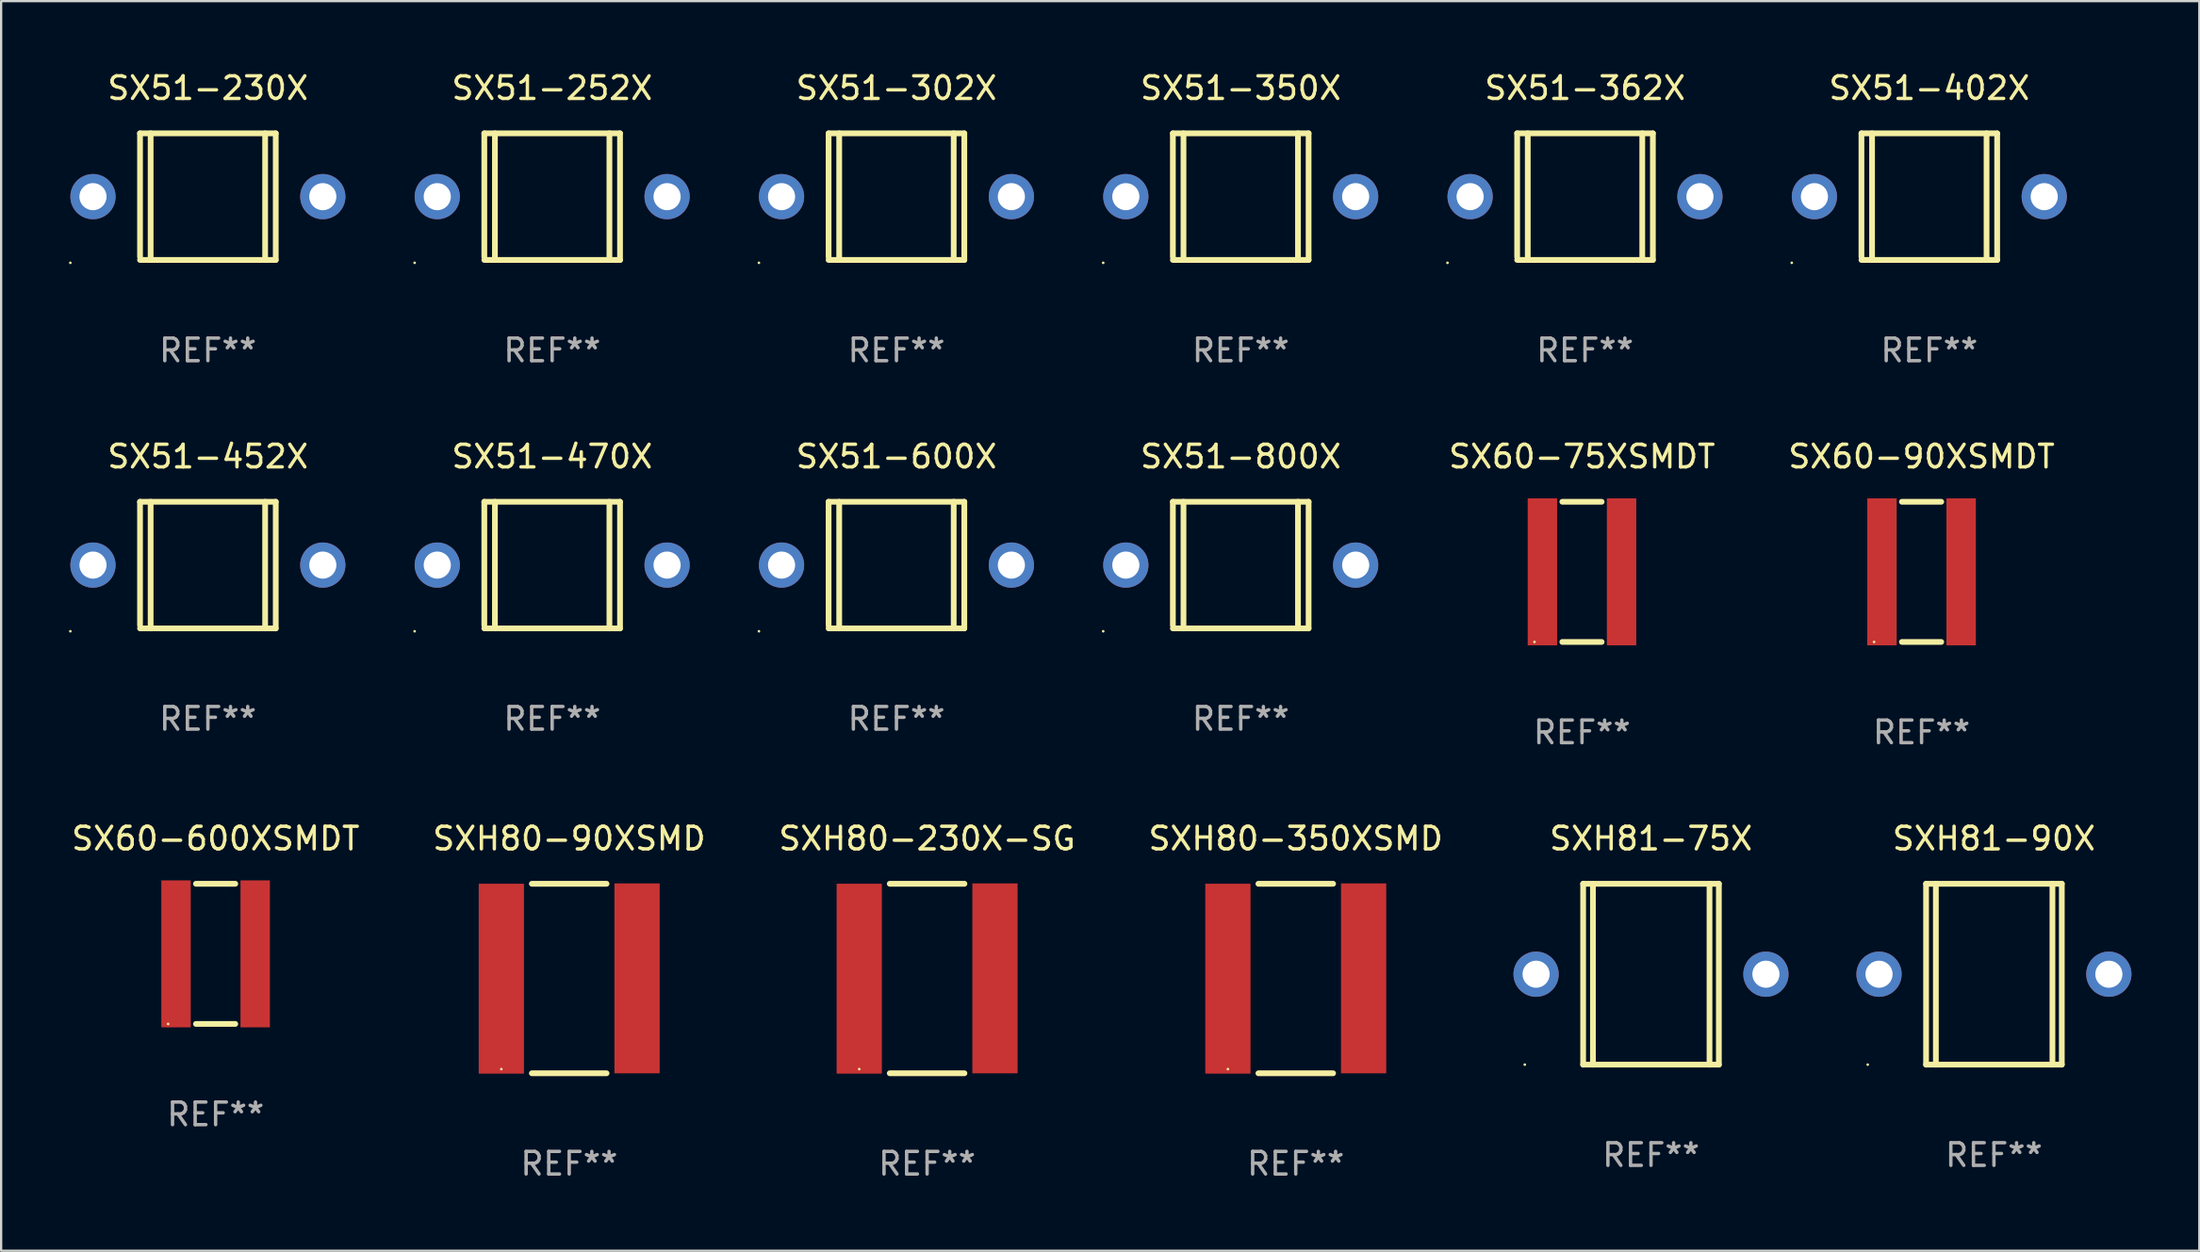
<source format=kicad_pcb>
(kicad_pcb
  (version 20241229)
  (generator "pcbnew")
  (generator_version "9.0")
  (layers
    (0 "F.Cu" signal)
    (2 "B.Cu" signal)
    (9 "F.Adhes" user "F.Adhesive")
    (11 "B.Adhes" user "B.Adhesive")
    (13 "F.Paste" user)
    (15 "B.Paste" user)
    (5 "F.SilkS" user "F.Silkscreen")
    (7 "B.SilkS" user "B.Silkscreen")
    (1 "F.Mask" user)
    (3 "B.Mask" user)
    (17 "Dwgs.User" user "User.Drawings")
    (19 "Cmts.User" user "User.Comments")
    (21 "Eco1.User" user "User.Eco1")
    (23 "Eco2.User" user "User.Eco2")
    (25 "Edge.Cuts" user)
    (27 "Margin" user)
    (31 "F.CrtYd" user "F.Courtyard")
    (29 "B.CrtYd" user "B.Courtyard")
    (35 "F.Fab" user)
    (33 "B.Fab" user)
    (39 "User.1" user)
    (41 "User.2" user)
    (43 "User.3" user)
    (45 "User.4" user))
  (footprint "SX51-350X"
    (layer "F.Cu")
    (at 51.8 5.648)
    (property "Reference" "SX51-350X" (at 0 -4.8 0) (layer "F.SilkS") (effects (font (size 1 1) (thickness 0.15))))
    (attr through_hole)
    (fp_line (start -3 -2.8) (end -3 2.667) (stroke (width 0.254) (type solid)) (layer "F.SilkS"))
    (fp_line (start -3 -2.8) (end 3 -2.8) (stroke (width 0.254) (type solid)) (layer "F.SilkS"))
    (fp_line (start -3 2.8) (end 3 2.8) (stroke (width 0.254) (type solid)) (layer "F.SilkS"))
    (fp_line (start -2.531 -2.8) (end -2.531 2.8) (stroke (width 0.254) (type solid)) (layer "F.SilkS"))
    (fp_line (start 2.531 -2.8) (end 2.531 2.8) (stroke (width 0.254) (type solid)) (layer "F.SilkS"))
    (fp_line (start 3 -2.8) (end 3 2.8) (stroke (width 0.254) (type solid)) (layer "F.SilkS"))
    (fp_circle (center -6.08 2.927) (end -6.05 2.927) (stroke (width 0.06) (type solid)) (fill no) (layer "F.SilkS"))
    (fp_text user "REF**" (at 0 6.8 0) (layer "F.Fab") (effects (font (size 1 1) (thickness 0.15))))
    (pad "1" thru_hole circle (at -5.08 0) (size 2 2) (drill 1.2) (layers "*.Cu" "*.Mask"))
    (pad "2" thru_hole circle (at 5.08 0) (size 2 2) (drill 1.2) (layers "*.Cu" "*.Mask")))
  (footprint "SX51-600X"
    (layer "F.Cu")
    (at 36.58 21.945)
    (property "Reference" "SX51-600X" (at 0 -4.8 0) (layer "F.SilkS") (effects (font (size 1 1) (thickness 0.15))))
    (attr through_hole)
    (fp_line (start -3 -2.8) (end -3 2.667) (stroke (width 0.254) (type solid)) (layer "F.SilkS"))
    (fp_line (start -3 -2.8) (end 3 -2.8) (stroke (width 0.254) (type solid)) (layer "F.SilkS"))
    (fp_line (start -3 2.8) (end 3 2.8) (stroke (width 0.254) (type solid)) (layer "F.SilkS"))
    (fp_line (start -2.531 -2.8) (end -2.531 2.8) (stroke (width 0.254) (type solid)) (layer "F.SilkS"))
    (fp_line (start 2.531 -2.8) (end 2.531 2.8) (stroke (width 0.254) (type solid)) (layer "F.SilkS"))
    (fp_line (start 3 -2.8) (end 3 2.8) (stroke (width 0.254) (type solid)) (layer "F.SilkS"))
    (fp_circle (center -6.08 2.927) (end -6.05 2.927) (stroke (width 0.06) (type solid)) (fill no) (layer "F.SilkS"))
    (fp_text user "REF**" (at 0 6.8 0) (layer "F.Fab") (effects (font (size 1 1) (thickness 0.15))))
    (pad "1" thru_hole circle (at -5.08 0) (size 2 2) (drill 1.2) (layers "*.Cu" "*.Mask"))
    (pad "2" thru_hole circle (at 5.08 0) (size 2 2) (drill 1.2) (layers "*.Cu" "*.Mask")))
  (footprint "SXH81-75X"
    (layer "F.Cu")
    (at 69.937 40.041)
    (property "Reference" "SXH81-75X" (at 0 -6 0) (layer "F.SilkS") (effects (font (size 1 1) (thickness 0.15))))
    (attr through_hole)
    (fp_line (start -3 -4) (end -3 4) (stroke (width 0.254) (type solid)) (layer "F.SilkS"))
    (fp_line (start -3 -4) (end 3 -4) (stroke (width 0.254) (type solid)) (layer "F.SilkS"))
    (fp_line (start -3 4) (end 3 4) (stroke (width 0.254) (type solid)) (layer "F.SilkS"))
    (fp_line (start -2.567 -4) (end -2.567 4) (stroke (width 0.254) (type solid)) (layer "F.SilkS"))
    (fp_line (start 2.586 -4) (end 2.586 4) (stroke (width 0.254) (type solid)) (layer "F.SilkS"))
    (fp_line (start 3 -4) (end 3 4) (stroke (width 0.254) (type solid)) (layer "F.SilkS"))
    (fp_circle (center -5.58 4) (end -5.55 4) (stroke (width 0.06) (type solid)) (fill no) (layer "F.SilkS"))
    (fp_text user "REF**" (at 0 8 0) (layer "F.Fab") (effects (font (size 1 1) (thickness 0.15))))
    (pad "1" thru_hole circle (at -5.08 0) (size 2 2) (drill 1.2) (layers "*.Cu" "*.Mask"))
    (pad "2" thru_hole circle (at 5.08 0) (size 2 2) (drill 1.2) (layers "*.Cu" "*.Mask")))
  (footprint "SX60-600XSMDT"
    (layer "F.Cu")
    (at 6.482 39.141)
    (property "Reference" "SX60-600XSMDT" (at 0 -5.1 0) (layer "F.SilkS") (effects (font (size 1 1) (thickness 0.15))))
    (attr through_hole)
    (fp_line (start -0.869 -3.1) (end 0.869 -3.1) (stroke (width 0.254) (type solid)) (layer "F.SilkS"))
    (fp_line (start -0.869 3.1) (end 0.869 3.1) (stroke (width 0.254) (type solid)) (layer "F.SilkS"))
    (fp_circle (center -2.1 3.1) (end -2.07 3.1) (stroke (width 0.06) (type solid)) (fill no) (layer "F.SilkS"))
    (fp_text user "REF**" (at 0 7.1 0) (layer "F.Fab") (effects (font (size 1 1) (thickness 0.15))))
    (pad "1" smd rect (at -1.75 -0.000013) (size 1.3 6.5) (layers "F.Cu" "F.Mask" "F.Paste"))
    (pad "2" smd rect (at 1.75 -0.000013) (size 1.3 6.5) (layers "F.Cu" "F.Mask" "F.Paste")))
  (footprint "SX60-90XSMDT"
    (layer "F.Cu")
    (at 81.898 22.245)
    (property "Reference" "SX60-90XSMDT" (at 0 -5.1 0) (layer "F.SilkS") (effects (font (size 1 1) (thickness 0.15))))
    (attr through_hole)
    (fp_line (start -0.869 -3.1) (end 0.869 -3.1) (stroke (width 0.254) (type solid)) (layer "F.SilkS"))
    (fp_line (start -0.869 3.1) (end 0.869 3.1) (stroke (width 0.254) (type solid)) (layer "F.SilkS"))
    (fp_circle (center -2.1 3.1) (end -2.07 3.1) (stroke (width 0.06) (type solid)) (fill no) (layer "F.SilkS"))
    (fp_text user "REF**" (at 0 7.1 0) (layer "F.Fab") (effects (font (size 1 1) (thickness 0.15))))
    (pad "1" smd rect (at -1.75 -0.000013) (size 1.3 6.5) (layers "F.Cu" "F.Mask" "F.Paste"))
    (pad "2" smd rect (at 1.75 -0.000013) (size 1.3 6.5) (layers "F.Cu" "F.Mask" "F.Paste")))
  (footprint "SX51-800X"
    (layer "F.Cu")
    (at 51.8 21.945)
    (property "Reference" "SX51-800X" (at 0 -4.8 0) (layer "F.SilkS") (effects (font (size 1 1) (thickness 0.15))))
    (attr through_hole)
    (fp_line (start -3 -2.8) (end -3 2.667) (stroke (width 0.254) (type solid)) (layer "F.SilkS"))
    (fp_line (start -3 -2.8) (end 3 -2.8) (stroke (width 0.254) (type solid)) (layer "F.SilkS"))
    (fp_line (start -3 2.8) (end 3 2.8) (stroke (width 0.254) (type solid)) (layer "F.SilkS"))
    (fp_line (start -2.531 -2.8) (end -2.531 2.8) (stroke (width 0.254) (type solid)) (layer "F.SilkS"))
    (fp_line (start 2.531 -2.8) (end 2.531 2.8) (stroke (width 0.254) (type solid)) (layer "F.SilkS"))
    (fp_line (start 3 -2.8) (end 3 2.8) (stroke (width 0.254) (type solid)) (layer "F.SilkS"))
    (fp_circle (center -6.08 2.927) (end -6.05 2.927) (stroke (width 0.06) (type solid)) (fill no) (layer "F.SilkS"))
    (fp_text user "REF**" (at 0 6.8 0) (layer "F.Fab") (effects (font (size 1 1) (thickness 0.15))))
    (pad "1" thru_hole circle (at -5.08 0) (size 2 2) (drill 1.2) (layers "*.Cu" "*.Mask"))
    (pad "2" thru_hole circle (at 5.08 0) (size 2 2) (drill 1.2) (layers "*.Cu" "*.Mask")))
  (footprint "SX51-252X"
    (layer "F.Cu")
    (at 21.36 5.648)
    (property "Reference" "SX51-252X" (at 0 -4.8 0) (layer "F.SilkS") (effects (font (size 1 1) (thickness 0.15))))
    (attr through_hole)
    (fp_line (start -3 -2.8) (end -3 2.667) (stroke (width 0.254) (type solid)) (layer "F.SilkS"))
    (fp_line (start -3 -2.8) (end 3 -2.8) (stroke (width 0.254) (type solid)) (layer "F.SilkS"))
    (fp_line (start -3 2.8) (end 3 2.8) (stroke (width 0.254) (type solid)) (layer "F.SilkS"))
    (fp_line (start -2.531 -2.8) (end -2.531 2.8) (stroke (width 0.254) (type solid)) (layer "F.SilkS"))
    (fp_line (start 2.531 -2.8) (end 2.531 2.8) (stroke (width 0.254) (type solid)) (layer "F.SilkS"))
    (fp_line (start 3 -2.8) (end 3 2.8) (stroke (width 0.254) (type solid)) (layer "F.SilkS"))
    (fp_circle (center -6.08 2.927) (end -6.05 2.927) (stroke (width 0.06) (type solid)) (fill no) (layer "F.SilkS"))
    (fp_text user "REF**" (at 0 6.8 0) (layer "F.Fab") (effects (font (size 1 1) (thickness 0.15))))
    (pad "1" thru_hole circle (at -5.08 0) (size 2 2) (drill 1.2) (layers "*.Cu" "*.Mask"))
    (pad "2" thru_hole circle (at 5.08 0) (size 2 2) (drill 1.2) (layers "*.Cu" "*.Mask")))
  (footprint "SX51-402X"
    (layer "F.Cu")
    (at 82.24 5.648)
    (property "Reference" "SX51-402X" (at 0 -4.8 0) (layer "F.SilkS") (effects (font (size 1 1) (thickness 0.15))))
    (attr through_hole)
    (fp_line (start -3 -2.8) (end -3 2.667) (stroke (width 0.254) (type solid)) (layer "F.SilkS"))
    (fp_line (start -3 -2.8) (end 3 -2.8) (stroke (width 0.254) (type solid)) (layer "F.SilkS"))
    (fp_line (start -3 2.8) (end 3 2.8) (stroke (width 0.254) (type solid)) (layer "F.SilkS"))
    (fp_line (start -2.531 -2.8) (end -2.531 2.8) (stroke (width 0.254) (type solid)) (layer "F.SilkS"))
    (fp_line (start 2.531 -2.8) (end 2.531 2.8) (stroke (width 0.254) (type solid)) (layer "F.SilkS"))
    (fp_line (start 3 -2.8) (end 3 2.8) (stroke (width 0.254) (type solid)) (layer "F.SilkS"))
    (fp_circle (center -6.08 2.927) (end -6.05 2.927) (stroke (width 0.06) (type solid)) (fill no) (layer "F.SilkS"))
    (fp_text user "REF**" (at 0 6.8 0) (layer "F.Fab") (effects (font (size 1 1) (thickness 0.15))))
    (pad "1" thru_hole circle (at -5.08 0) (size 2 2) (drill 1.2) (layers "*.Cu" "*.Mask"))
    (pad "2" thru_hole circle (at 5.08 0) (size 2 2) (drill 1.2) (layers "*.Cu" "*.Mask")))
  (footprint "SXH80-350XSMD"
    (layer "F.Cu")
    (at 54.232 40.232)
    (property "Reference" "SXH80-350XSMD" (at 0 -6.191 0) (layer "F.SilkS") (effects (font (size 1 1) (thickness 0.15))))
    (attr through_hole)
    (fp_line (start -1.651 -4.191) (end 1.651 -4.191) (stroke (width 0.254) (type solid)) (layer "F.SilkS"))
    (fp_line (start 1.651 4.191) (end -1.651 4.191) (stroke (width 0.254) (type solid)) (layer "F.SilkS"))
    (fp_circle (center -3 4.007) (end -2.97 4.007) (stroke (width 0.06) (type solid)) (fill no) (layer "F.SilkS"))
    (fp_text user "REF**" (at 0 8.191 0) (layer "F.Fab") (effects (font (size 1 1) (thickness 0.15))))
    (pad "1" smd rect (at -3 0.007) (size 2 8.4) (layers "F.Cu" "F.Mask" "F.Paste"))
    (pad "2" smd rect (at 3 -0.007) (size 2 8.4) (layers "F.Cu" "F.Mask" "F.Paste")))
  (footprint "SXH81-90X"
    (layer "F.Cu")
    (at 85.097 40.041)
    (property "Reference" "SXH81-90X" (at 0 -6 0) (layer "F.SilkS") (effects (font (size 1 1) (thickness 0.15))))
    (attr through_hole)
    (fp_line (start -3 -4) (end -3 4) (stroke (width 0.254) (type solid)) (layer "F.SilkS"))
    (fp_line (start -3 -4) (end 3 -4) (stroke (width 0.254) (type solid)) (layer "F.SilkS"))
    (fp_line (start -3 4) (end 3 4) (stroke (width 0.254) (type solid)) (layer "F.SilkS"))
    (fp_line (start -2.567 -4) (end -2.567 4) (stroke (width 0.254) (type solid)) (layer "F.SilkS"))
    (fp_line (start 2.586 -4) (end 2.586 4) (stroke (width 0.254) (type solid)) (layer "F.SilkS"))
    (fp_line (start 3 -4) (end 3 4) (stroke (width 0.254) (type solid)) (layer "F.SilkS"))
    (fp_circle (center -5.58 4) (end -5.55 4) (stroke (width 0.06) (type solid)) (fill no) (layer "F.SilkS"))
    (fp_text user "REF**" (at 0 8 0) (layer "F.Fab") (effects (font (size 1 1) (thickness 0.15))))
    (pad "1" thru_hole circle (at -5.08 0) (size 2 2) (drill 1.2) (layers "*.Cu" "*.Mask"))
    (pad "2" thru_hole circle (at 5.08 0) (size 2 2) (drill 1.2) (layers "*.Cu" "*.Mask")))
  (footprint "SXH80-90XSMD"
    (layer "F.Cu")
    (at 22.113 40.232)
    (property "Reference" "SXH80-90XSMD" (at 0 -6.191 0) (layer "F.SilkS") (effects (font (size 1 1) (thickness 0.15))))
    (attr through_hole)
    (fp_line (start -1.651 -4.191) (end 1.651 -4.191) (stroke (width 0.254) (type solid)) (layer "F.SilkS"))
    (fp_line (start 1.651 4.191) (end -1.651 4.191) (stroke (width 0.254) (type solid)) (layer "F.SilkS"))
    (fp_circle (center -3 4.007) (end -2.97 4.007) (stroke (width 0.06) (type solid)) (fill no) (layer "F.SilkS"))
    (fp_text user "REF**" (at 0 8.191 0) (layer "F.Fab") (effects (font (size 1 1) (thickness 0.15))))
    (pad "1" smd rect (at -3 0.007) (size 2 8.4) (layers "F.Cu" "F.Mask" "F.Paste"))
    (pad "2" smd rect (at 3 -0.007) (size 2 8.4) (layers "F.Cu" "F.Mask" "F.Paste")))
  (footprint "SX51-452X"
    (layer "F.Cu")
    (at 6.14 21.945)
    (property "Reference" "SX51-452X" (at 0 -4.8 0) (layer "F.SilkS") (effects (font (size 1 1) (thickness 0.15))))
    (attr through_hole)
    (fp_line (start -3 -2.8) (end -3 2.667) (stroke (width 0.254) (type solid)) (layer "F.SilkS"))
    (fp_line (start -3 -2.8) (end 3 -2.8) (stroke (width 0.254) (type solid)) (layer "F.SilkS"))
    (fp_line (start -3 2.8) (end 3 2.8) (stroke (width 0.254) (type solid)) (layer "F.SilkS"))
    (fp_line (start -2.531 -2.8) (end -2.531 2.8) (stroke (width 0.254) (type solid)) (layer "F.SilkS"))
    (fp_line (start 2.531 -2.8) (end 2.531 2.8) (stroke (width 0.254) (type solid)) (layer "F.SilkS"))
    (fp_line (start 3 -2.8) (end 3 2.8) (stroke (width 0.254) (type solid)) (layer "F.SilkS"))
    (fp_circle (center -6.08 2.927) (end -6.05 2.927) (stroke (width 0.06) (type solid)) (fill no) (layer "F.SilkS"))
    (fp_text user "REF**" (at 0 6.8 0) (layer "F.Fab") (effects (font (size 1 1) (thickness 0.15))))
    (pad "1" thru_hole circle (at -5.08 0) (size 2 2) (drill 1.2) (layers "*.Cu" "*.Mask"))
    (pad "2" thru_hole circle (at 5.08 0) (size 2 2) (drill 1.2) (layers "*.Cu" "*.Mask")))
  (footprint "SX51-362X"
    (layer "F.Cu")
    (at 67.02 5.648)
    (property "Reference" "SX51-362X" (at 0 -4.8 0) (layer "F.SilkS") (effects (font (size 1 1) (thickness 0.15))))
    (attr through_hole)
    (fp_line (start -3 -2.8) (end -3 2.667) (stroke (width 0.254) (type solid)) (layer "F.SilkS"))
    (fp_line (start -3 -2.8) (end 3 -2.8) (stroke (width 0.254) (type solid)) (layer "F.SilkS"))
    (fp_line (start -3 2.8) (end 3 2.8) (stroke (width 0.254) (type solid)) (layer "F.SilkS"))
    (fp_line (start -2.531 -2.8) (end -2.531 2.8) (stroke (width 0.254) (type solid)) (layer "F.SilkS"))
    (fp_line (start 2.531 -2.8) (end 2.531 2.8) (stroke (width 0.254) (type solid)) (layer "F.SilkS"))
    (fp_line (start 3 -2.8) (end 3 2.8) (stroke (width 0.254) (type solid)) (layer "F.SilkS"))
    (fp_circle (center -6.08 2.927) (end -6.05 2.927) (stroke (width 0.06) (type solid)) (fill no) (layer "F.SilkS"))
    (fp_text user "REF**" (at 0 6.8 0) (layer "F.Fab") (effects (font (size 1 1) (thickness 0.15))))
    (pad "1" thru_hole circle (at -5.08 0) (size 2 2) (drill 1.2) (layers "*.Cu" "*.Mask"))
    (pad "2" thru_hole circle (at 5.08 0) (size 2 2) (drill 1.2) (layers "*.Cu" "*.Mask")))
  (footprint "SXH80-230X-SG"
    (layer "F.Cu")
    (at 37.935 40.232)
    (property "Reference" "SXH80-230X-SG" (at 0 -6.191 0) (layer "F.SilkS") (effects (font (size 1 1) (thickness 0.15))))
    (attr through_hole)
    (fp_line (start -1.651 -4.191) (end 1.651 -4.191) (stroke (width 0.254) (type solid)) (layer "F.SilkS"))
    (fp_line (start 1.651 4.191) (end -1.651 4.191) (stroke (width 0.254) (type solid)) (layer "F.SilkS"))
    (fp_circle (center -3 4.007) (end -2.97 4.007) (stroke (width 0.06) (type solid)) (fill no) (layer "F.SilkS"))
    (fp_text user "REF**" (at 0 8.191 0) (layer "F.Fab") (effects (font (size 1 1) (thickness 0.15))))
    (pad "1" smd rect (at -3 0.007) (size 2 8.4) (layers "F.Cu" "F.Mask" "F.Paste"))
    (pad "2" smd rect (at 3 -0.007) (size 2 8.4) (layers "F.Cu" "F.Mask" "F.Paste")))
  (footprint "SX51-230X"
    (layer "F.Cu")
    (at 6.14 5.648)
    (property "Reference" "SX51-230X" (at 0 -4.8 0) (layer "F.SilkS") (effects (font (size 1 1) (thickness 0.15))))
    (attr through_hole)
    (fp_line (start -3 -2.8) (end -3 2.667) (stroke (width 0.254) (type solid)) (layer "F.SilkS"))
    (fp_line (start -3 -2.8) (end 3 -2.8) (stroke (width 0.254) (type solid)) (layer "F.SilkS"))
    (fp_line (start -3 2.8) (end 3 2.8) (stroke (width 0.254) (type solid)) (layer "F.SilkS"))
    (fp_line (start -2.531 -2.8) (end -2.531 2.8) (stroke (width 0.254) (type solid)) (layer "F.SilkS"))
    (fp_line (start 2.531 -2.8) (end 2.531 2.8) (stroke (width 0.254) (type solid)) (layer "F.SilkS"))
    (fp_line (start 3 -2.8) (end 3 2.8) (stroke (width 0.254) (type solid)) (layer "F.SilkS"))
    (fp_circle (center -6.08 2.927) (end -6.05 2.927) (stroke (width 0.06) (type solid)) (fill no) (layer "F.SilkS"))
    (fp_text user "REF**" (at 0 6.8 0) (layer "F.Fab") (effects (font (size 1 1) (thickness 0.15))))
    (pad "1" thru_hole circle (at -5.08 0) (size 2 2) (drill 1.2) (layers "*.Cu" "*.Mask"))
    (pad "2" thru_hole circle (at 5.08 0) (size 2 2) (drill 1.2) (layers "*.Cu" "*.Mask")))
  (footprint "SX51-302X"
    (layer "F.Cu")
    (at 36.58 5.648)
    (property "Reference" "SX51-302X" (at 0 -4.8 0) (layer "F.SilkS") (effects (font (size 1 1) (thickness 0.15))))
    (attr through_hole)
    (fp_line (start -3 -2.8) (end -3 2.667) (stroke (width 0.254) (type solid)) (layer "F.SilkS"))
    (fp_line (start -3 -2.8) (end 3 -2.8) (stroke (width 0.254) (type solid)) (layer "F.SilkS"))
    (fp_line (start -3 2.8) (end 3 2.8) (stroke (width 0.254) (type solid)) (layer "F.SilkS"))
    (fp_line (start -2.531 -2.8) (end -2.531 2.8) (stroke (width 0.254) (type solid)) (layer "F.SilkS"))
    (fp_line (start 2.531 -2.8) (end 2.531 2.8) (stroke (width 0.254) (type solid)) (layer "F.SilkS"))
    (fp_line (start 3 -2.8) (end 3 2.8) (stroke (width 0.254) (type solid)) (layer "F.SilkS"))
    (fp_circle (center -6.08 2.927) (end -6.05 2.927) (stroke (width 0.06) (type solid)) (fill no) (layer "F.SilkS"))
    (fp_text user "REF**" (at 0 6.8 0) (layer "F.Fab") (effects (font (size 1 1) (thickness 0.15))))
    (pad "1" thru_hole circle (at -5.08 0) (size 2 2) (drill 1.2) (layers "*.Cu" "*.Mask"))
    (pad "2" thru_hole circle (at 5.08 0) (size 2 2) (drill 1.2) (layers "*.Cu" "*.Mask")))
  (footprint "SX60-75XSMDT"
    (layer "F.Cu")
    (at 66.886 22.245)
    (property "Reference" "SX60-75XSMDT" (at 0 -5.1 0) (layer "F.SilkS") (effects (font (size 1 1) (thickness 0.15))))
    (attr through_hole)
    (fp_line (start -0.869 -3.1) (end 0.869 -3.1) (stroke (width 0.254) (type solid)) (layer "F.SilkS"))
    (fp_line (start -0.869 3.1) (end 0.869 3.1) (stroke (width 0.254) (type solid)) (layer "F.SilkS"))
    (fp_circle (center -2.1 3.1) (end -2.07 3.1) (stroke (width 0.06) (type solid)) (fill no) (layer "F.SilkS"))
    (fp_text user "REF**" (at 0 7.1 0) (layer "F.Fab") (effects (font (size 1 1) (thickness 0.15))))
    (pad "1" smd rect (at -1.75 -0.000013) (size 1.3 6.5) (layers "F.Cu" "F.Mask" "F.Paste"))
    (pad "2" smd rect (at 1.75 -0.000013) (size 1.3 6.5) (layers "F.Cu" "F.Mask" "F.Paste")))
  (footprint "SX51-470X"
    (layer "F.Cu")
    (at 21.36 21.945)
    (property "Reference" "SX51-470X" (at 0 -4.8 0) (layer "F.SilkS") (effects (font (size 1 1) (thickness 0.15))))
    (attr through_hole)
    (fp_line (start -3 -2.8) (end -3 2.667) (stroke (width 0.254) (type solid)) (layer "F.SilkS"))
    (fp_line (start -3 -2.8) (end 3 -2.8) (stroke (width 0.254) (type solid)) (layer "F.SilkS"))
    (fp_line (start -3 2.8) (end 3 2.8) (stroke (width 0.254) (type solid)) (layer "F.SilkS"))
    (fp_line (start -2.531 -2.8) (end -2.531 2.8) (stroke (width 0.254) (type solid)) (layer "F.SilkS"))
    (fp_line (start 2.531 -2.8) (end 2.531 2.8) (stroke (width 0.254) (type solid)) (layer "F.SilkS"))
    (fp_line (start 3 -2.8) (end 3 2.8) (stroke (width 0.254) (type solid)) (layer "F.SilkS"))
    (fp_circle (center -6.08 2.927) (end -6.05 2.927) (stroke (width 0.06) (type solid)) (fill no) (layer "F.SilkS"))
    (fp_text user "REF**" (at 0 6.8 0) (layer "F.Fab") (effects (font (size 1 1) (thickness 0.15))))
    (pad "1" thru_hole circle (at -5.08 0) (size 2 2) (drill 1.2) (layers "*.Cu" "*.Mask"))
    (pad "2" thru_hole circle (at 5.08 0) (size 2 2) (drill 1.2) (layers "*.Cu" "*.Mask")))
  (gr_rect
    (start -3 -3)
    (end 94.177 52.272)
    (stroke (width 0.1) (type default))
    (fill no)
    (layer "Edge.Cuts")))
</source>
